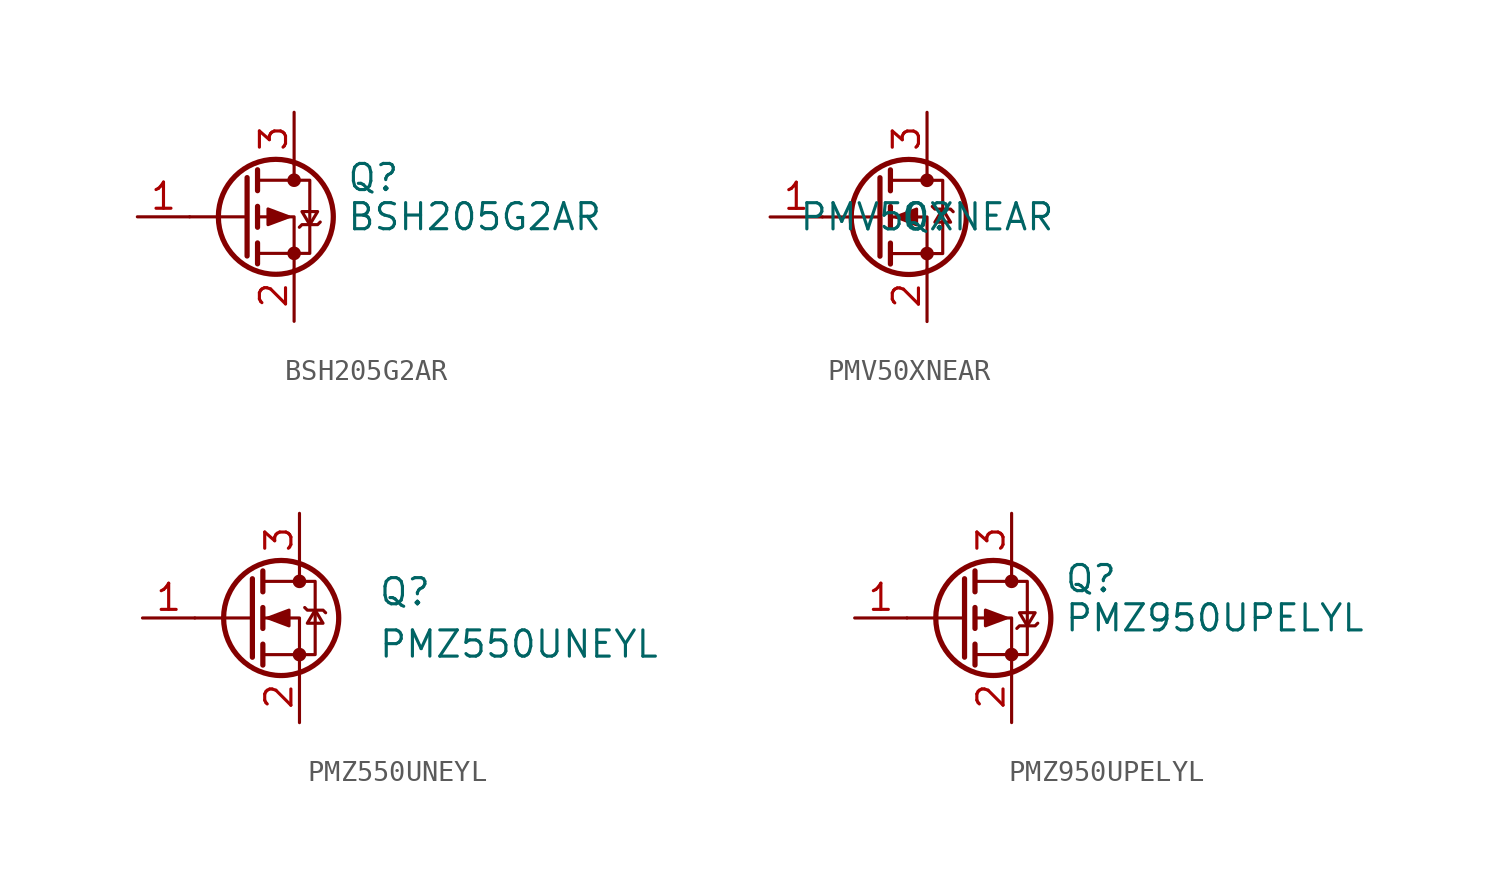
<source format=kicad_sym>
(kicad_symbol_lib
  (version 20231120)
  (generator "kicad_symbol_editor")
  (generator_version "8.0")
  (symbol "BSH205G2AR"
    (pin_names hide)
    (property "Reference" "Q"
      (at 2.54 1.905 0)
      (effects (font (size 1.27 1.27)) (justify left)))
    (property "Value" "BSH205G2AR"
      (at 2.54 0 0)
      (effects (font (size 1.27 1.27)) (justify left)))
    (symbol "BSH205G2AR_0_1"
      (circle (center -0.889 0) (radius 2.794) (stroke (width 0.254) (type solid)) (fill (type none)))
      (circle (center 0 -1.778) (radius 0.254) (stroke (width 0) (type solid)) (fill (type outline)))
      (polyline (pts (xy -2.286 0) (xy -5.08 0)) (stroke (width 0) (type solid)) (fill (type none)))
      (polyline (pts (xy -2.286 1.905) (xy -2.286 -1.905)) (stroke (width 0.254) (type solid)) (fill (type none)))
      (polyline (pts (xy -1.778 -1.27) (xy -1.778 -2.286)) (stroke (width 0.254) (type solid)) (fill (type none)))
      (polyline (pts (xy -1.778 0.508) (xy -1.778 -0.508)) (stroke (width 0.254) (type solid)) (fill (type none)))
      (polyline (pts (xy -1.778 2.286) (xy -1.778 1.27)) (stroke (width 0.254) (type solid)) (fill (type none)))
      (polyline (pts (xy 0 2.54) (xy 0 1.778)) (stroke (width 0) (type solid)) (fill (type none)))
      (polyline (pts (xy 0 -2.54) (xy 0 0) (xy -1.778 0)) (stroke (width 0) (type solid)) (fill (type none)))
      (polyline (pts (xy -1.778 1.778) (xy 0.762 1.778) (xy 0.762 -1.778) (xy -1.778 -1.778)) (stroke (width 0) (type solid)) (fill (type none)))
      (polyline (pts (xy -0.254 0) (xy -1.27 0.381) (xy -1.27 -0.381) (xy -0.254 0)) (stroke (width 0) (type solid)) (fill (type outline)))
      (polyline (pts (xy 0.254 -0.508) (xy 0.381 -0.381) (xy 1.143 -0.381) (xy 1.27 -0.254)) (stroke (width 0) (type solid)) (fill (type none)))
      (polyline (pts (xy 0.762 -0.381) (xy 0.381 0.254) (xy 1.143 0.254) (xy 0.762 -0.381)) (stroke (width 0) (type solid)) (fill (type none)))
      (circle (center 0 1.778) (radius 0.254) (stroke (width 0) (type solid)) (fill (type outline))))
    (symbol "BSH205G2AR_1_1"
      (pin input line (at -7.62 0 0) (length 2.54) (name "G" (effects (font (size 1.27 1.27)))) (number "1" (effects (font (size 1.27 1.27)))))
      (pin passive line (at 0 -5.08 90) (length 2.54) (name "S" (effects (font (size 1.27 1.27)))) (number "2" (effects (font (size 1.27 1.27)))))
      (pin passive line (at 0 5.08 270) (length 2.54) (name "D" (effects (font (size 1.27 1.27)))) (number "3" (effects (font (size 1.27 1.27)))))))
  (symbol "PMV50XNEAR"
    (pin_names hide)
    (property "Reference" "Q"
      (at 0 0 0)
      (effects (font (size 1.27 1.27))))
    (property "Value" "PMV50XNEAR"
      (at 0 0 0)
      (effects (font (size 1.27 1.27))))
    (symbol "PMV50XNEAR_0_1"
      (circle (center -0.889 0) (radius 2.794) (stroke (width 0.254) (type default)) (fill (type none)))
      (circle (center 0 -1.778) (radius 0.254) (stroke (width 0) (type default)) (fill (type outline)))
      (polyline (pts (xy -2.286 0) (xy -5.08 0)) (stroke (width 0) (type default)) (fill (type none)))
      (polyline (pts (xy -2.286 1.905) (xy -2.286 -1.905)) (stroke (width 0.254) (type default)) (fill (type none)))
      (polyline (pts (xy -1.778 -1.27) (xy -1.778 -2.286)) (stroke (width 0.254) (type default)) (fill (type none)))
      (polyline (pts (xy -1.778 0.508) (xy -1.778 -0.508)) (stroke (width 0.254) (type default)) (fill (type none)))
      (polyline (pts (xy -1.778 2.286) (xy -1.778 1.27)) (stroke (width 0.254) (type default)) (fill (type none)))
      (polyline (pts (xy 0 2.54) (xy 0 1.778)) (stroke (width 0) (type default)) (fill (type none)))
      (polyline (pts (xy 0 -2.54) (xy 0 0) (xy -1.778 0)) (stroke (width 0) (type default)) (fill (type none)))
      (polyline (pts (xy -1.778 -1.778) (xy 0.762 -1.778) (xy 0.762 1.778) (xy -1.778 1.778)) (stroke (width 0) (type default)) (fill (type none)))
      (polyline (pts (xy -1.524 0) (xy -0.508 0.381) (xy -0.508 -0.381) (xy -1.524 0)) (stroke (width 0) (type default)) (fill (type outline)))
      (polyline (pts (xy 0.254 0.508) (xy 0.381 0.381) (xy 1.143 0.381) (xy 1.27 0.254)) (stroke (width 0) (type default)) (fill (type none)))
      (polyline (pts (xy 0.762 0.381) (xy 0.381 -0.254) (xy 1.143 -0.254) (xy 0.762 0.381)) (stroke (width 0) (type default)) (fill (type none)))
      (circle (center 0 1.778) (radius 0.254) (stroke (width 0) (type default)) (fill (type outline))))
    (symbol "PMV50XNEAR_1_1"
      (pin input line (at -7.62 0 0) (length 2.54) (name "G" (effects (font (size 1.27 1.27)))) (number "1" (effects (font (size 1.27 1.27)))))
      (pin passive line (at 0 -5.08 90) (length 2.54) (name "S" (effects (font (size 1.27 1.27)))) (number "2" (effects (font (size 1.27 1.27)))))
      (pin passive line (at 0 5.08 270) (length 2.54) (name "D" (effects (font (size 1.27 1.27)))) (number "3" (effects (font (size 1.27 1.27)))))))
  (symbol "PMZ550UNEYL"
    (pin_names hide)
    (property "Reference" "Q"
      (at 6.35 1.27 0)
      (effects (font (size 1.27 1.27)) (justify left)))
    (property "Value" "PMZ550UNEYL"
      (at 6.35 -1.27 0)
      (effects (font (size 1.27 1.27)) (justify left)))
    (symbol "PMZ550UNEYL_0_1"
      (polyline (pts (xy 0.254 0) (xy -2.54 0)) (stroke (width 0) (type default)) (fill (type none)))
      (polyline (pts (xy 0.254 1.905) (xy 0.254 -1.905)) (stroke (width 0.254) (type default)) (fill (type none)))
      (polyline (pts (xy 0.762 -1.27) (xy 0.762 -2.286)) (stroke (width 0.254) (type default)) (fill (type none)))
      (polyline (pts (xy 0.762 0.508) (xy 0.762 -0.508)) (stroke (width 0.254) (type default)) (fill (type none)))
      (polyline (pts (xy 0.762 2.286) (xy 0.762 1.27)) (stroke (width 0.254) (type default)) (fill (type none)))
      (polyline (pts (xy 2.54 2.54) (xy 2.54 1.778)) (stroke (width 0) (type default)) (fill (type none)))
      (polyline (pts (xy 2.54 -2.54) (xy 2.54 0) (xy 0.762 0)) (stroke (width 0) (type default)) (fill (type none)))
      (polyline (pts (xy 0.762 -1.778) (xy 3.302 -1.778) (xy 3.302 1.778) (xy 0.762 1.778)) (stroke (width 0) (type default)) (fill (type none)))
      (polyline (pts (xy 1.016 0) (xy 2.032 0.381) (xy 2.032 -0.381) (xy 1.016 0)) (stroke (width 0) (type default)) (fill (type outline)))
      (polyline (pts (xy 2.794 0.508) (xy 2.921 0.381) (xy 3.683 0.381) (xy 3.81 0.254)) (stroke (width 0) (type default)) (fill (type none)))
      (polyline (pts (xy 3.302 0.381) (xy 2.921 -0.254) (xy 3.683 -0.254) (xy 3.302 0.381)) (stroke (width 0) (type default)) (fill (type none)))
      (circle (center 1.651 0) (radius 2.794) (stroke (width 0.254) (type default)) (fill (type none)))
      (circle (center 2.54 -1.778) (radius 0.254) (stroke (width 0) (type default)) (fill (type outline)))
      (circle (center 2.54 1.778) (radius 0.254) (stroke (width 0) (type default)) (fill (type outline))))
    (symbol "PMZ550UNEYL_1_1"
      (pin input line (at -5.08 0 0) (length 2.54) (name "G" (effects (font (size 1.27 1.27)))) (number "1" (effects (font (size 1.27 1.27)))))
      (pin passive line (at 2.54 -5.08 90) (length 2.54) (name "S" (effects (font (size 1.27 1.27)))) (number "2" (effects (font (size 1.27 1.27)))))
      (pin passive line (at 2.54 5.08 270) (length 2.54) (name "D" (effects (font (size 1.27 1.27)))) (number "3" (effects (font (size 1.27 1.27)))))))
  (symbol "PMZ950UPELYL"
    (pin_names hide)
    (property "Reference" "Q"
      (at 2.54 1.905 0)
      (effects (font (size 1.27 1.27)) (justify left)))
    (property "Value" "PMZ950UPELYL"
      (at 2.54 0 0)
      (effects (font (size 1.27 1.27)) (justify left)))
    (symbol "PMZ950UPELYL_0_1"
      (circle (center -0.889 0) (radius 2.794) (stroke (width 0.254) (type solid)) (fill (type none)))
      (circle (center 0 -1.778) (radius 0.254) (stroke (width 0) (type solid)) (fill (type outline)))
      (polyline (pts (xy -2.286 0) (xy -5.08 0)) (stroke (width 0) (type solid)) (fill (type none)))
      (polyline (pts (xy -2.286 1.905) (xy -2.286 -1.905)) (stroke (width 0.254) (type solid)) (fill (type none)))
      (polyline (pts (xy -1.778 -1.27) (xy -1.778 -2.286)) (stroke (width 0.254) (type solid)) (fill (type none)))
      (polyline (pts (xy -1.778 0.508) (xy -1.778 -0.508)) (stroke (width 0.254) (type solid)) (fill (type none)))
      (polyline (pts (xy -1.778 2.286) (xy -1.778 1.27)) (stroke (width 0.254) (type solid)) (fill (type none)))
      (polyline (pts (xy 0 2.54) (xy 0 1.778)) (stroke (width 0) (type solid)) (fill (type none)))
      (polyline (pts (xy 0 -2.54) (xy 0 0) (xy -1.778 0)) (stroke (width 0) (type solid)) (fill (type none)))
      (polyline (pts (xy -1.778 1.778) (xy 0.762 1.778) (xy 0.762 -1.778) (xy -1.778 -1.778)) (stroke (width 0) (type solid)) (fill (type none)))
      (polyline (pts (xy -0.254 0) (xy -1.27 0.381) (xy -1.27 -0.381) (xy -0.254 0)) (stroke (width 0) (type solid)) (fill (type outline)))
      (polyline (pts (xy 0.254 -0.508) (xy 0.381 -0.381) (xy 1.143 -0.381) (xy 1.27 -0.254)) (stroke (width 0) (type solid)) (fill (type none)))
      (polyline (pts (xy 0.762 -0.381) (xy 0.381 0.254) (xy 1.143 0.254) (xy 0.762 -0.381)) (stroke (width 0) (type solid)) (fill (type none)))
      (circle (center 0 1.778) (radius 0.254) (stroke (width 0) (type solid)) (fill (type outline))))
    (symbol "PMZ950UPELYL_1_1"
      (pin input line (at -7.62 0 0) (length 2.54) (name "G" (effects (font (size 1.27 1.27)))) (number "1" (effects (font (size 1.27 1.27)))))
      (pin passive line (at 0 -5.08 90) (length 2.54) (name "S" (effects (font (size 1.27 1.27)))) (number "2" (effects (font (size 1.27 1.27)))))
      (pin passive line (at 0 5.08 270) (length 2.54) (name "D" (effects (font (size 1.27 1.27)))) (number "3" (effects (font (size 1.27 1.27))))))))
</source>
